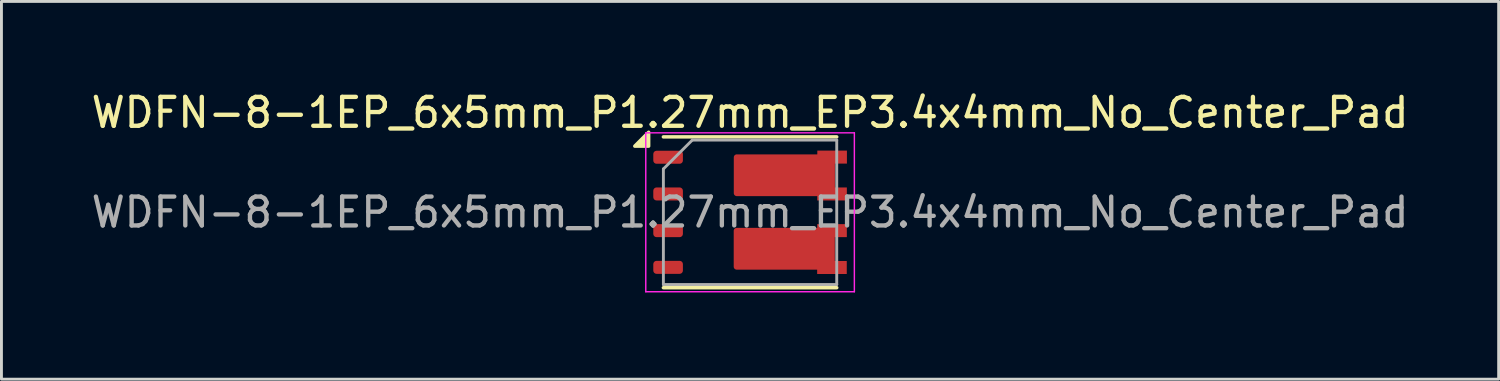
<source format=kicad_pcb>
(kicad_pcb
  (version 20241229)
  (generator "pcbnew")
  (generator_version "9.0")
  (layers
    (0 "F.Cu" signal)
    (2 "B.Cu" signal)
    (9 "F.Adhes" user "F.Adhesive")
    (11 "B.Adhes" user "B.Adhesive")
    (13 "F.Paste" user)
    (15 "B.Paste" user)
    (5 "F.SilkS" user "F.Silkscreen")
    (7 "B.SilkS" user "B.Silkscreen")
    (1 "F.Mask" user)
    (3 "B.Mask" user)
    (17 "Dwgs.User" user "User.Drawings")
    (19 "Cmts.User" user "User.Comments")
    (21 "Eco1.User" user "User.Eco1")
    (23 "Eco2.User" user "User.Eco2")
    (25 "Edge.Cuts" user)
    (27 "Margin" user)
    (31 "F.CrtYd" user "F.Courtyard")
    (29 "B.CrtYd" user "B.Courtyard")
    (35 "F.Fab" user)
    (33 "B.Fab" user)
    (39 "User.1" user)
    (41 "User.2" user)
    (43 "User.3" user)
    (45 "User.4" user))
  (footprint "WDFN-8-1EP_6x5mm_P1.27mm_EP3.4x4mm_No_Center_Pad"
    (layer "F.Cu")
    (at 22.911 4.298)
    (property "Reference" "WDFN-8-1EP_6x5mm_P1.27mm_EP3.4x4mm_No_Center_Pad" (at 0 -3.45 0) (layer "F.SilkS") (effects (font (size 1 1) (thickness 0.15))))
    (attr smd)
    (fp_rect (start -0.463 1.905) (end 2.837 0.66) (stroke (width 0.2) (type solid)) (fill yes) (layer "F.Mask"))
    (fp_line (start -3 -2.61) (end 3 -2.61) (stroke (width 0.12) (type solid)) (layer "F.SilkS"))
    (fp_line (start -3 2.61) (end 3 2.61) (stroke (width 0.12) (type solid)) (layer "F.SilkS"))
    (fp_poly (pts (xy -3.51 -2.29) (xy -3.99 -2.29) (xy -3.51 -2.77) (xy -3.51 -2.29)) (stroke (width 0.12) (type solid)) (fill yes) (layer "F.SilkS"))
    (fp_line (start -3.61 -2.75) (end -3.61 2.75) (stroke (width 0.05) (type solid)) (layer "F.CrtYd"))
    (fp_line (start -3.61 2.75) (end 3.61 2.75) (stroke (width 0.05) (type solid)) (layer "F.CrtYd"))
    (fp_line (start 3.61 -2.75) (end -3.61 -2.75) (stroke (width 0.05) (type solid)) (layer "F.CrtYd"))
    (fp_line (start 3.61 2.75) (end 3.61 -2.75) (stroke (width 0.05) (type solid)) (layer "F.CrtYd"))
    (fp_line (start -3 -1.5) (end -2 -2.5) (stroke (width 0.1) (type solid)) (layer "F.Fab"))
    (fp_line (start -3 2.5) (end -3 -1.5) (stroke (width 0.1) (type solid)) (layer "F.Fab"))
    (fp_line (start -2 -2.5) (end 3 -2.5) (stroke (width 0.1) (type solid)) (layer "F.Fab"))
    (fp_line (start 3 -2.5) (end 3 2.5) (stroke (width 0.1) (type solid)) (layer "F.Fab"))
    (fp_line (start 3 2.5) (end -3 2.5) (stroke (width 0.1) (type solid)) (layer "F.Fab"))
    (fp_text user "${REFERENCE}" (at 0 0 0) (layer "F.Fab") (effects (font (size 1 1) (thickness 0.15))))
    (pad "1" smd roundrect (at -2.837 -1.905) (size 1.025 0.45) (layers "F.Cu" "F.Mask" "F.Paste") (roundrect_rratio 0.25))
    (pad "2" smd roundrect (at -2.837 -0.635) (size 1.025 0.45) (layers "F.Cu" "F.Mask" "F.Paste") (roundrect_rratio 0.25))
    (pad "3" smd roundrect (at -2.837 0.635) (size 1.025 0.45) (layers "F.Cu" "F.Mask" "F.Paste") (roundrect_rratio 0.25))
    (pad "4" smd roundrect (at -2.837 1.905) (size 1.025 0.45) (layers "F.Cu" "F.Mask" "F.Paste") (roundrect_rratio 0.25))
    (pad "5" smd custom (at 2.837 0.635) (size 1.025 0.45) (layers "F.Cu" "F.Mask" "F.Paste") (options (anchor rect)) (primitives (gr_rect (start -3.303 0.005) (end -0.003 1.25) (width 0.2) (fill yes)) (gr_rect (start -0.515 1.05) (end 0.51 1.5) (width 0) (fill yes))))
    (pad "7" smd custom (at 2.84 -1.91) (size 1.025 0.45) (layers "F.Cu" "F.Mask" "F.Paste") (options (anchor rect)) (primitives (gr_rect (start -3.303 0.005) (end -0.003 1.25) (width 0.2) (fill yes)) (gr_rect (start -0.515 1.05) (end 0.51 1.5) (width 0) (fill yes)))))
  (gr_rect
    (start -3 -3)
    (end 48.821 10.073)
    (stroke (width 0.1) (type default))
    (fill no)
    (layer "Edge.Cuts")))
</source>
